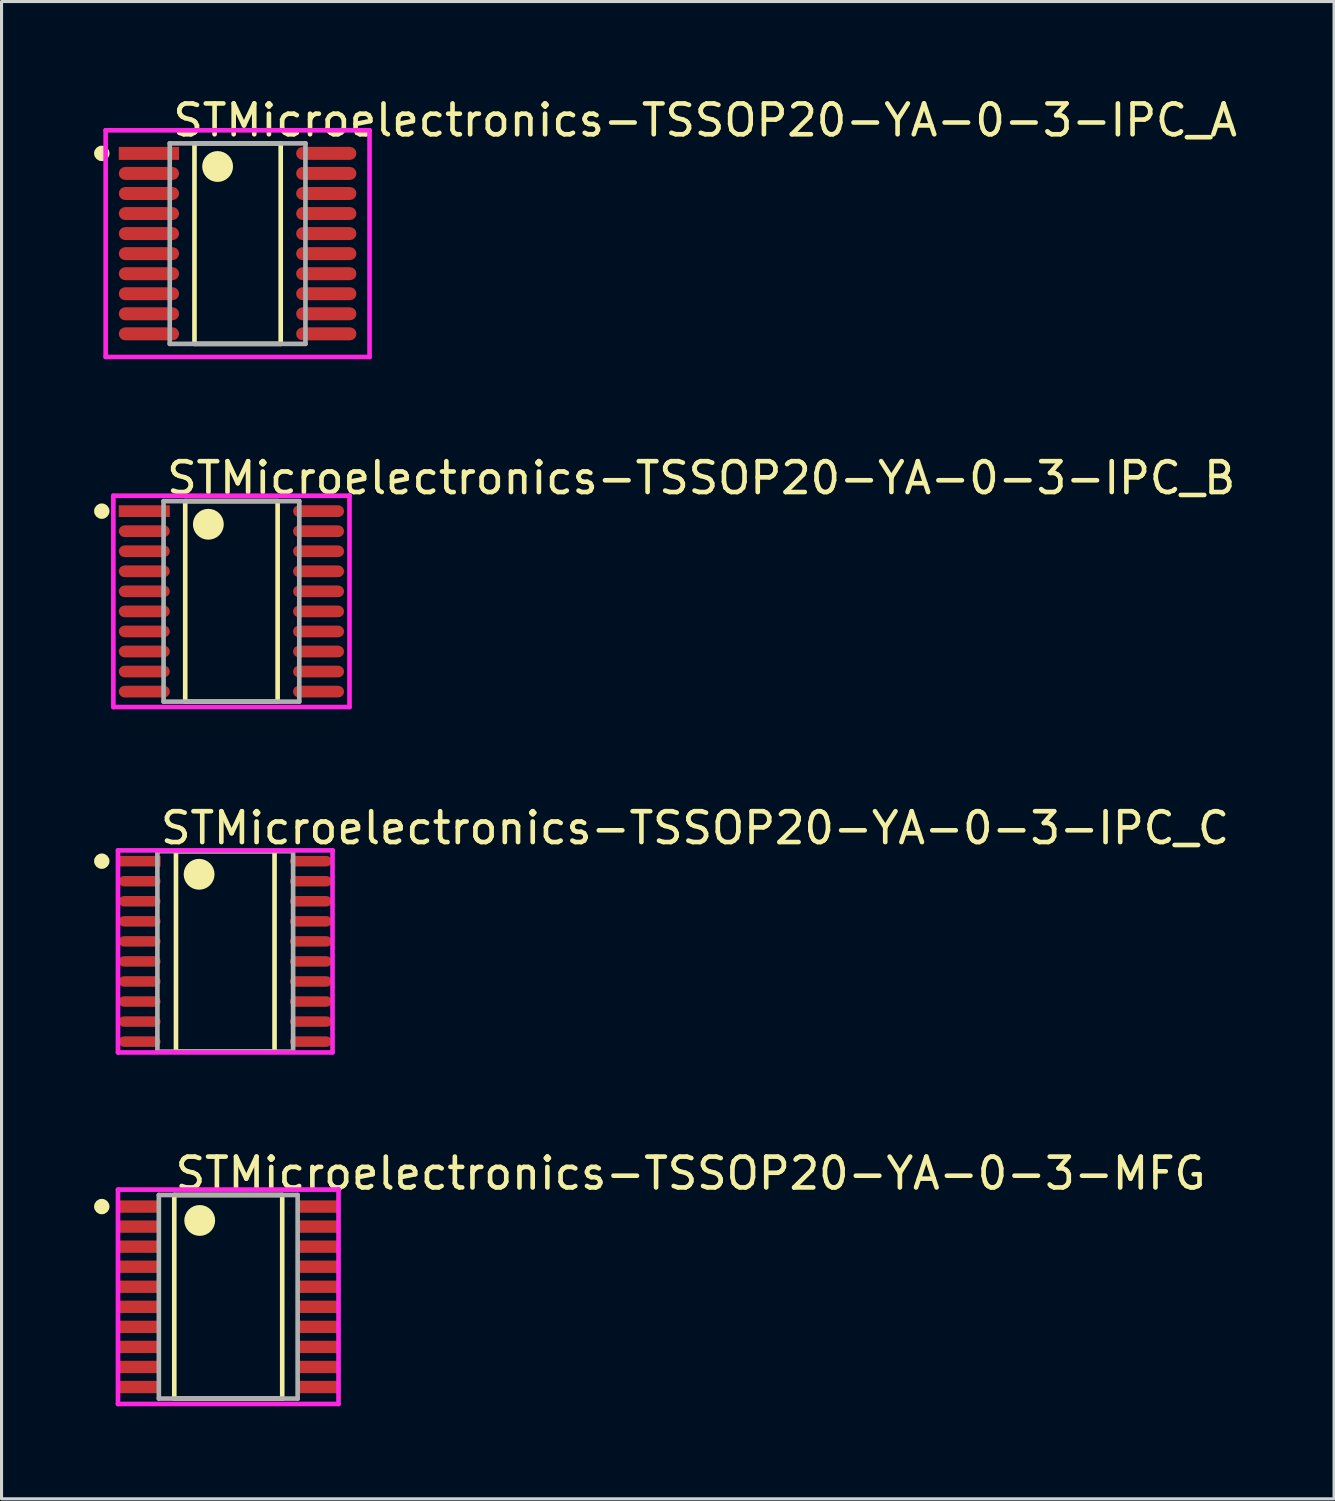
<source format=kicad_pcb>
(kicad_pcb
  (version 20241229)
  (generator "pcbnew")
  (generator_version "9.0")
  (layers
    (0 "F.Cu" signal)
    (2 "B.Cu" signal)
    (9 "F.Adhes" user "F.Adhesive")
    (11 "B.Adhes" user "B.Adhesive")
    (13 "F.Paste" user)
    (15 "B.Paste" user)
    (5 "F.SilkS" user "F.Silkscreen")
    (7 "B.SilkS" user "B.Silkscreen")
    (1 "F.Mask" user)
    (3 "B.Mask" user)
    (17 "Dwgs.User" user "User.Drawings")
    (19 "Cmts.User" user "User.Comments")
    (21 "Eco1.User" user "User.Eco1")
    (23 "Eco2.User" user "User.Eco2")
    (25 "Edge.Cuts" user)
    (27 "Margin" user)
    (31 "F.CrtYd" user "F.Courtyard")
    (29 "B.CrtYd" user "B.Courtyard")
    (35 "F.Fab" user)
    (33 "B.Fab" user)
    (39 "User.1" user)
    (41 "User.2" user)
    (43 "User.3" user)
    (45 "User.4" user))
  (footprint "STMicroelectronics-TSSOP20-YA-0-3-IPC_C"
    (layer "F.Cu")
    (at 4.253 27.795)
    (property "Reference" "STMicroelectronics-TSSOP20-YA-0-3-IPC_C" (at -2.178 -4 0) (layer "F.SilkS") (effects (font (size 1 1) (thickness 0.15)) (justify left)))
    (attr through_hole)
    (fp_line (start -1.598 -3.25) (end 1.598 -3.25) (stroke (width 0.15) (type solid)) (layer "F.SilkS"))
    (fp_line (start -1.598 3.25) (end -1.598 -3.25) (stroke (width 0.15) (type solid)) (layer "F.SilkS"))
    (fp_line (start 1.598 -3.25) (end 1.598 3.25) (stroke (width 0.15) (type solid)) (layer "F.SilkS"))
    (fp_line (start 1.598 3.25) (end -1.598 3.25) (stroke (width 0.15) (type solid)) (layer "F.SilkS"))
    (fp_circle (center -4.003 -2.925) (end -3.878 -2.925) (stroke (width 0.25) (type solid)) (fill no) (layer "F.SilkS"))
    (fp_circle (center -0.848 -2.5) (end -0.598 -2.5) (stroke (width 0.5) (type solid)) (fill no) (layer "F.SilkS"))
    (fp_line (start -3.478 -3.275) (end -3.478 3.275) (stroke (width 0.15) (type solid)) (layer "F.CrtYd"))
    (fp_line (start -3.478 3.275) (end 3.478 3.275) (stroke (width 0.15) (type solid)) (layer "F.CrtYd"))
    (fp_line (start 3.478 -3.275) (end -3.478 -3.275) (stroke (width 0.15) (type solid)) (layer "F.CrtYd"))
    (fp_line (start 3.478 -3.275) (end 3.478 -3.275) (stroke (width 0.15) (type solid)) (layer "F.CrtYd"))
    (fp_line (start 3.478 3.275) (end 3.478 -3.275) (stroke (width 0.15) (type solid)) (layer "F.CrtYd"))
    (fp_line (start -2.2 -3.25) (end 2.2 -3.25) (stroke (width 0.15) (type solid)) (layer "F.Fab"))
    (fp_line (start -2.2 3.25) (end -2.2 -3.25) (stroke (width 0.15) (type solid)) (layer "F.Fab"))
    (fp_line (start 2.2 -3.25) (end 2.2 3.25) (stroke (width 0.15) (type solid)) (layer "F.Fab"))
    (fp_line (start 2.2 3.25) (end -2.2 3.25) (stroke (width 0.15) (type solid)) (layer "F.Fab"))
    (pad "1" smd rect (at -2.775 -2.925) (size 1.355 0.341) (layers "F.Cu" "F.Mask" "F.Paste"))
    (pad "2" smd roundrect (at -2.775 -2.275) (size 1.355 0.341) (layers "F.Cu" "F.Mask" "F.Paste") (roundrect_rratio 0.5))
    (pad "3" smd roundrect (at -2.775 -1.625) (size 1.355 0.341) (layers "F.Cu" "F.Mask" "F.Paste") (roundrect_rratio 0.5))
    (pad "4" smd roundrect (at -2.775 -0.975) (size 1.355 0.341) (layers "F.Cu" "F.Mask" "F.Paste") (roundrect_rratio 0.5))
    (pad "5" smd roundrect (at -2.775 -0.325) (size 1.355 0.341) (layers "F.Cu" "F.Mask" "F.Paste") (roundrect_rratio 0.5))
    (pad "6" smd roundrect (at -2.775 0.325) (size 1.355 0.341) (layers "F.Cu" "F.Mask" "F.Paste") (roundrect_rratio 0.5))
    (pad "7" smd roundrect (at -2.775 0.975) (size 1.355 0.341) (layers "F.Cu" "F.Mask" "F.Paste") (roundrect_rratio 0.5))
    (pad "8" smd roundrect (at -2.775 1.625) (size 1.355 0.341) (layers "F.Cu" "F.Mask" "F.Paste") (roundrect_rratio 0.5))
    (pad "9" smd roundrect (at -2.775 2.275) (size 1.355 0.341) (layers "F.Cu" "F.Mask" "F.Paste") (roundrect_rratio 0.5))
    (pad "10" smd roundrect (at -2.775 2.925) (size 1.355 0.341) (layers "F.Cu" "F.Mask" "F.Paste") (roundrect_rratio 0.5))
    (pad "11" smd roundrect (at 2.775 2.925) (size 1.355 0.341) (layers "F.Cu" "F.Mask" "F.Paste") (roundrect_rratio 0.5))
    (pad "12" smd roundrect (at 2.775 2.275) (size 1.355 0.341) (layers "F.Cu" "F.Mask" "F.Paste") (roundrect_rratio 0.5))
    (pad "13" smd roundrect (at 2.775 1.625) (size 1.355 0.341) (layers "F.Cu" "F.Mask" "F.Paste") (roundrect_rratio 0.5))
    (pad "14" smd roundrect (at 2.775 0.975) (size 1.355 0.341) (layers "F.Cu" "F.Mask" "F.Paste") (roundrect_rratio 0.5))
    (pad "15" smd roundrect (at 2.775 0.325) (size 1.355 0.341) (layers "F.Cu" "F.Mask" "F.Paste") (roundrect_rratio 0.5))
    (pad "16" smd roundrect (at 2.775 -0.325) (size 1.355 0.341) (layers "F.Cu" "F.Mask" "F.Paste") (roundrect_rratio 0.5))
    (pad "17" smd roundrect (at 2.775 -0.975) (size 1.355 0.341) (layers "F.Cu" "F.Mask" "F.Paste") (roundrect_rratio 0.5))
    (pad "18" smd roundrect (at 2.775 -1.625) (size 1.355 0.341) (layers "F.Cu" "F.Mask" "F.Paste") (roundrect_rratio 0.5))
    (pad "19" smd roundrect (at 2.775 -2.275) (size 1.355 0.341) (layers "F.Cu" "F.Mask" "F.Paste") (roundrect_rratio 0.5))
    (pad "20" smd roundrect (at 2.775 -2.925) (size 1.355 0.341) (layers "F.Cu" "F.Mask" "F.Paste") (roundrect_rratio 0.5)))
  (footprint "STMicroelectronics-TSSOP20-YA-0-3-MFG"
    (layer "F.Cu")
    (at 4.35 38.993)
    (property "Reference" "STMicroelectronics-TSSOP20-YA-0-3-MFG" (at -1.8 -4 0) (layer "F.SilkS") (effects (font (size 1 1) (thickness 0.15)) (justify left)))
    (attr through_hole)
    (fp_line (start -1.75 -3.3) (end 1.75 -3.3) (stroke (width 0.15) (type solid)) (layer "F.SilkS"))
    (fp_line (start -1.75 3.3) (end -1.75 -3.3) (stroke (width 0.15) (type solid)) (layer "F.SilkS"))
    (fp_line (start -1.75 3.3) (end 1.75 3.3) (stroke (width 0.15) (type solid)) (layer "F.SilkS"))
    (fp_line (start 1.75 3.3) (end 1.75 -3.3) (stroke (width 0.15) (type solid)) (layer "F.SilkS"))
    (fp_circle (center -4.1 -2.925) (end -3.975 -2.925) (stroke (width 0.25) (type solid)) (fill no) (layer "F.SilkS"))
    (fp_circle (center -0.925 -2.475) (end -0.675 -2.475) (stroke (width 0.5) (type solid)) (fill no) (layer "F.SilkS"))
    (fp_line (start -3.575 -3.475) (end -3.575 3.475) (stroke (width 0.15) (type solid)) (layer "F.CrtYd"))
    (fp_line (start -3.575 3.475) (end 3.575 3.475) (stroke (width 0.15) (type solid)) (layer "F.CrtYd"))
    (fp_line (start 3.575 -3.475) (end -3.575 -3.475) (stroke (width 0.15) (type solid)) (layer "F.CrtYd"))
    (fp_line (start 3.575 -3.475) (end 3.575 -3.475) (stroke (width 0.15) (type solid)) (layer "F.CrtYd"))
    (fp_line (start 3.575 3.475) (end 3.575 -3.475) (stroke (width 0.15) (type solid)) (layer "F.CrtYd"))
    (fp_line (start -2.25 -3.3) (end 2.25 -3.3) (stroke (width 0.15) (type solid)) (layer "F.Fab"))
    (fp_line (start -2.25 3.3) (end -2.25 -3.3) (stroke (width 0.15) (type solid)) (layer "F.Fab"))
    (fp_line (start 2.25 -3.3) (end 2.25 3.3) (stroke (width 0.15) (type solid)) (layer "F.Fab"))
    (fp_line (start 2.25 3.3) (end -2.25 3.3) (stroke (width 0.15) (type solid)) (layer "F.Fab"))
    (pad "1" smd rect (at -2.875 -2.925) (size 1.35 0.4) (layers "F.Cu" "F.Mask" "F.Paste"))
    (pad "2" smd rect (at -2.875 -2.275) (size 1.35 0.4) (layers "F.Cu" "F.Mask" "F.Paste"))
    (pad "3" smd rect (at -2.875 -1.625) (size 1.35 0.4) (layers "F.Cu" "F.Mask" "F.Paste"))
    (pad "4" smd rect (at -2.875 -0.975) (size 1.35 0.4) (layers "F.Cu" "F.Mask" "F.Paste"))
    (pad "5" smd rect (at -2.875 -0.325) (size 1.35 0.4) (layers "F.Cu" "F.Mask" "F.Paste"))
    (pad "6" smd rect (at -2.875 0.325) (size 1.35 0.4) (layers "F.Cu" "F.Mask" "F.Paste"))
    (pad "7" smd rect (at -2.875 0.975) (size 1.35 0.4) (layers "F.Cu" "F.Mask" "F.Paste"))
    (pad "8" smd rect (at -2.875 1.625) (size 1.35 0.4) (layers "F.Cu" "F.Mask" "F.Paste"))
    (pad "9" smd rect (at -2.875 2.275) (size 1.35 0.4) (layers "F.Cu" "F.Mask" "F.Paste"))
    (pad "10" smd rect (at -2.875 2.925) (size 1.35 0.4) (layers "F.Cu" "F.Mask" "F.Paste"))
    (pad "11" smd rect (at 2.875 2.925) (size 1.35 0.4) (layers "F.Cu" "F.Mask" "F.Paste"))
    (pad "12" smd rect (at 2.875 2.275) (size 1.35 0.4) (layers "F.Cu" "F.Mask" "F.Paste"))
    (pad "13" smd rect (at 2.875 1.625) (size 1.35 0.4) (layers "F.Cu" "F.Mask" "F.Paste"))
    (pad "14" smd rect (at 2.875 0.975) (size 1.35 0.4) (layers "F.Cu" "F.Mask" "F.Paste"))
    (pad "15" smd rect (at 2.875 0.325) (size 1.35 0.4) (layers "F.Cu" "F.Mask" "F.Paste"))
    (pad "16" smd rect (at 2.875 -0.325) (size 1.35 0.4) (layers "F.Cu" "F.Mask" "F.Paste"))
    (pad "17" smd rect (at 2.875 -0.975) (size 1.35 0.4) (layers "F.Cu" "F.Mask" "F.Paste"))
    (pad "18" smd rect (at 2.875 -1.625) (size 1.35 0.4) (layers "F.Cu" "F.Mask" "F.Paste"))
    (pad "19" smd rect (at 2.875 -2.275) (size 1.35 0.4) (layers "F.Cu" "F.Mask" "F.Paste"))
    (pad "20" smd rect (at 2.875 -2.925) (size 1.35 0.4) (layers "F.Cu" "F.Mask" "F.Paste")))
  (footprint "STMicroelectronics-TSSOP20-YA-0-3-IPC_B"
    (layer "F.Cu")
    (at 4.453 16.447)
    (property "Reference" "STMicroelectronics-TSSOP20-YA-0-3-IPC_B" (at -2.178 -4 0) (layer "F.SilkS") (effects (font (size 1 1) (thickness 0.15)) (justify left)))
    (attr through_hole)
    (fp_line (start -1.498 -3.25) (end 1.498 -3.25) (stroke (width 0.15) (type solid)) (layer "F.SilkS"))
    (fp_line (start -1.498 3.25) (end -1.498 -3.25) (stroke (width 0.15) (type solid)) (layer "F.SilkS"))
    (fp_line (start 1.498 -3.25) (end 1.498 3.25) (stroke (width 0.15) (type solid)) (layer "F.SilkS"))
    (fp_line (start 1.498 3.25) (end -1.498 3.25) (stroke (width 0.15) (type solid)) (layer "F.SilkS"))
    (fp_circle (center -4.203 -2.925) (end -4.078 -2.925) (stroke (width 0.25) (type solid)) (fill no) (layer "F.SilkS"))
    (fp_circle (center -0.748 -2.5) (end -0.498 -2.5) (stroke (width 0.5) (type solid)) (fill no) (layer "F.SilkS"))
    (fp_line (start -3.828 -3.425) (end -3.828 3.425) (stroke (width 0.15) (type solid)) (layer "F.CrtYd"))
    (fp_line (start -3.828 3.425) (end 3.828 3.425) (stroke (width 0.15) (type solid)) (layer "F.CrtYd"))
    (fp_line (start 3.828 -3.425) (end -3.828 -3.425) (stroke (width 0.15) (type solid)) (layer "F.CrtYd"))
    (fp_line (start 3.828 -3.425) (end 3.828 -3.425) (stroke (width 0.15) (type solid)) (layer "F.CrtYd"))
    (fp_line (start 3.828 3.425) (end 3.828 -3.425) (stroke (width 0.15) (type solid)) (layer "F.CrtYd"))
    (fp_line (start -2.2 -3.25) (end 2.2 -3.25) (stroke (width 0.15) (type solid)) (layer "F.Fab"))
    (fp_line (start -2.2 3.25) (end -2.2 -3.25) (stroke (width 0.15) (type solid)) (layer "F.Fab"))
    (fp_line (start 2.2 -3.25) (end 2.2 3.25) (stroke (width 0.15) (type solid)) (layer "F.Fab"))
    (fp_line (start 2.2 3.25) (end -2.2 3.25) (stroke (width 0.15) (type solid)) (layer "F.Fab"))
    (pad "1" smd rect (at -2.825 -2.925) (size 1.655 0.381) (layers "F.Cu" "F.Mask" "F.Paste"))
    (pad "2" smd roundrect (at -2.825 -2.275) (size 1.655 0.381) (layers "F.Cu" "F.Mask" "F.Paste") (roundrect_rratio 0.5))
    (pad "3" smd roundrect (at -2.825 -1.625) (size 1.655 0.381) (layers "F.Cu" "F.Mask" "F.Paste") (roundrect_rratio 0.5))
    (pad "4" smd roundrect (at -2.825 -0.975) (size 1.655 0.381) (layers "F.Cu" "F.Mask" "F.Paste") (roundrect_rratio 0.5))
    (pad "5" smd roundrect (at -2.825 -0.325) (size 1.655 0.381) (layers "F.Cu" "F.Mask" "F.Paste") (roundrect_rratio 0.5))
    (pad "6" smd roundrect (at -2.825 0.325) (size 1.655 0.381) (layers "F.Cu" "F.Mask" "F.Paste") (roundrect_rratio 0.5))
    (pad "7" smd roundrect (at -2.825 0.975) (size 1.655 0.381) (layers "F.Cu" "F.Mask" "F.Paste") (roundrect_rratio 0.5))
    (pad "8" smd roundrect (at -2.825 1.625) (size 1.655 0.381) (layers "F.Cu" "F.Mask" "F.Paste") (roundrect_rratio 0.5))
    (pad "9" smd roundrect (at -2.825 2.275) (size 1.655 0.381) (layers "F.Cu" "F.Mask" "F.Paste") (roundrect_rratio 0.5))
    (pad "10" smd roundrect (at -2.825 2.925) (size 1.655 0.381) (layers "F.Cu" "F.Mask" "F.Paste") (roundrect_rratio 0.5))
    (pad "11" smd roundrect (at 2.825 2.925) (size 1.655 0.381) (layers "F.Cu" "F.Mask" "F.Paste") (roundrect_rratio 0.5))
    (pad "12" smd roundrect (at 2.825 2.275) (size 1.655 0.381) (layers "F.Cu" "F.Mask" "F.Paste") (roundrect_rratio 0.5))
    (pad "13" smd roundrect (at 2.825 1.625) (size 1.655 0.381) (layers "F.Cu" "F.Mask" "F.Paste") (roundrect_rratio 0.5))
    (pad "14" smd roundrect (at 2.825 0.975) (size 1.655 0.381) (layers "F.Cu" "F.Mask" "F.Paste") (roundrect_rratio 0.5))
    (pad "15" smd roundrect (at 2.825 0.325) (size 1.655 0.381) (layers "F.Cu" "F.Mask" "F.Paste") (roundrect_rratio 0.5))
    (pad "16" smd roundrect (at 2.825 -0.325) (size 1.655 0.381) (layers "F.Cu" "F.Mask" "F.Paste") (roundrect_rratio 0.5))
    (pad "17" smd roundrect (at 2.825 -0.975) (size 1.655 0.381) (layers "F.Cu" "F.Mask" "F.Paste") (roundrect_rratio 0.5))
    (pad "18" smd roundrect (at 2.825 -1.625) (size 1.655 0.381) (layers "F.Cu" "F.Mask" "F.Paste") (roundrect_rratio 0.5))
    (pad "19" smd roundrect (at 2.825 -2.275) (size 1.655 0.381) (layers "F.Cu" "F.Mask" "F.Paste") (roundrect_rratio 0.5))
    (pad "20" smd roundrect (at 2.825 -2.925) (size 1.655 0.381) (layers "F.Cu" "F.Mask" "F.Paste") (roundrect_rratio 0.5)))
  (footprint "STMicroelectronics-TSSOP20-YA-0-3-IPC_A"
    (layer "F.Cu")
    (at 4.653 4.848)
    (property "Reference" "STMicroelectronics-TSSOP20-YA-0-3-IPC_A" (at -2.178 -4 0) (layer "F.SilkS") (effects (font (size 1 1) (thickness 0.15)) (justify left)))
    (attr through_hole)
    (fp_line (start -1.398 -3.25) (end 1.398 -3.25) (stroke (width 0.15) (type solid)) (layer "F.SilkS"))
    (fp_line (start -1.398 3.25) (end -1.398 -3.25) (stroke (width 0.15) (type solid)) (layer "F.SilkS"))
    (fp_line (start 1.398 -3.25) (end 1.398 3.25) (stroke (width 0.15) (type solid)) (layer "F.SilkS"))
    (fp_line (start 1.398 3.25) (end -1.398 3.25) (stroke (width 0.15) (type solid)) (layer "F.SilkS"))
    (fp_circle (center -4.403 -2.925) (end -4.278 -2.925) (stroke (width 0.25) (type solid)) (fill no) (layer "F.SilkS"))
    (fp_circle (center -0.648 -2.5) (end -0.398 -2.5) (stroke (width 0.5) (type solid)) (fill no) (layer "F.SilkS"))
    (fp_line (start -4.278 -3.675) (end -4.278 3.675) (stroke (width 0.15) (type solid)) (layer "F.CrtYd"))
    (fp_line (start -4.278 3.675) (end 4.278 3.675) (stroke (width 0.15) (type solid)) (layer "F.CrtYd"))
    (fp_line (start 4.278 -3.675) (end -4.278 -3.675) (stroke (width 0.15) (type solid)) (layer "F.CrtYd"))
    (fp_line (start 4.278 -3.675) (end 4.278 -3.675) (stroke (width 0.15) (type solid)) (layer "F.CrtYd"))
    (fp_line (start 4.278 3.675) (end 4.278 -3.675) (stroke (width 0.15) (type solid)) (layer "F.CrtYd"))
    (fp_line (start -2.2 -3.25) (end 2.2 -3.25) (stroke (width 0.15) (type solid)) (layer "F.Fab"))
    (fp_line (start -2.2 3.25) (end -2.2 -3.25) (stroke (width 0.15) (type solid)) (layer "F.Fab"))
    (fp_line (start 2.2 -3.25) (end 2.2 3.25) (stroke (width 0.15) (type solid)) (layer "F.Fab"))
    (fp_line (start 2.2 3.25) (end -2.2 3.25) (stroke (width 0.15) (type solid)) (layer "F.Fab"))
    (pad "1" smd rect (at -2.875 -2.925) (size 1.955 0.421) (layers "F.Cu" "F.Mask" "F.Paste"))
    (pad "2" smd roundrect (at -2.875 -2.275) (size 1.955 0.421) (layers "F.Cu" "F.Mask" "F.Paste") (roundrect_rratio 0.5))
    (pad "3" smd roundrect (at -2.875 -1.625) (size 1.955 0.421) (layers "F.Cu" "F.Mask" "F.Paste") (roundrect_rratio 0.5))
    (pad "4" smd roundrect (at -2.875 -0.975) (size 1.955 0.421) (layers "F.Cu" "F.Mask" "F.Paste") (roundrect_rratio 0.5))
    (pad "5" smd roundrect (at -2.875 -0.325) (size 1.955 0.421) (layers "F.Cu" "F.Mask" "F.Paste") (roundrect_rratio 0.5))
    (pad "6" smd roundrect (at -2.875 0.325) (size 1.955 0.421) (layers "F.Cu" "F.Mask" "F.Paste") (roundrect_rratio 0.5))
    (pad "7" smd roundrect (at -2.875 0.975) (size 1.955 0.421) (layers "F.Cu" "F.Mask" "F.Paste") (roundrect_rratio 0.5))
    (pad "8" smd roundrect (at -2.875 1.625) (size 1.955 0.421) (layers "F.Cu" "F.Mask" "F.Paste") (roundrect_rratio 0.5))
    (pad "9" smd roundrect (at -2.875 2.275) (size 1.955 0.421) (layers "F.Cu" "F.Mask" "F.Paste") (roundrect_rratio 0.5))
    (pad "10" smd roundrect (at -2.875 2.925) (size 1.955 0.421) (layers "F.Cu" "F.Mask" "F.Paste") (roundrect_rratio 0.5))
    (pad "11" smd roundrect (at 2.875 2.925) (size 1.955 0.421) (layers "F.Cu" "F.Mask" "F.Paste") (roundrect_rratio 0.5))
    (pad "12" smd roundrect (at 2.875 2.275) (size 1.955 0.421) (layers "F.Cu" "F.Mask" "F.Paste") (roundrect_rratio 0.5))
    (pad "13" smd roundrect (at 2.875 1.625) (size 1.955 0.421) (layers "F.Cu" "F.Mask" "F.Paste") (roundrect_rratio 0.5))
    (pad "14" smd roundrect (at 2.875 0.975) (size 1.955 0.421) (layers "F.Cu" "F.Mask" "F.Paste") (roundrect_rratio 0.5))
    (pad "15" smd roundrect (at 2.875 0.325) (size 1.955 0.421) (layers "F.Cu" "F.Mask" "F.Paste") (roundrect_rratio 0.5))
    (pad "16" smd roundrect (at 2.875 -0.325) (size 1.955 0.421) (layers "F.Cu" "F.Mask" "F.Paste") (roundrect_rratio 0.5))
    (pad "17" smd roundrect (at 2.875 -0.975) (size 1.955 0.421) (layers "F.Cu" "F.Mask" "F.Paste") (roundrect_rratio 0.5))
    (pad "18" smd roundrect (at 2.875 -1.625) (size 1.955 0.421) (layers "F.Cu" "F.Mask" "F.Paste") (roundrect_rratio 0.5))
    (pad "19" smd roundrect (at 2.875 -2.275) (size 1.955 0.421) (layers "F.Cu" "F.Mask" "F.Paste") (roundrect_rratio 0.5))
    (pad "20" smd roundrect (at 2.875 -2.925) (size 1.955 0.421) (layers "F.Cu" "F.Mask" "F.Paste") (roundrect_rratio 0.5)))
  (gr_rect
    (start -3 -3)
    (end 40.201 45.543)
    (stroke (width 0.1) (type default))
    (fill no)
    (layer "Edge.Cuts")))
</source>
